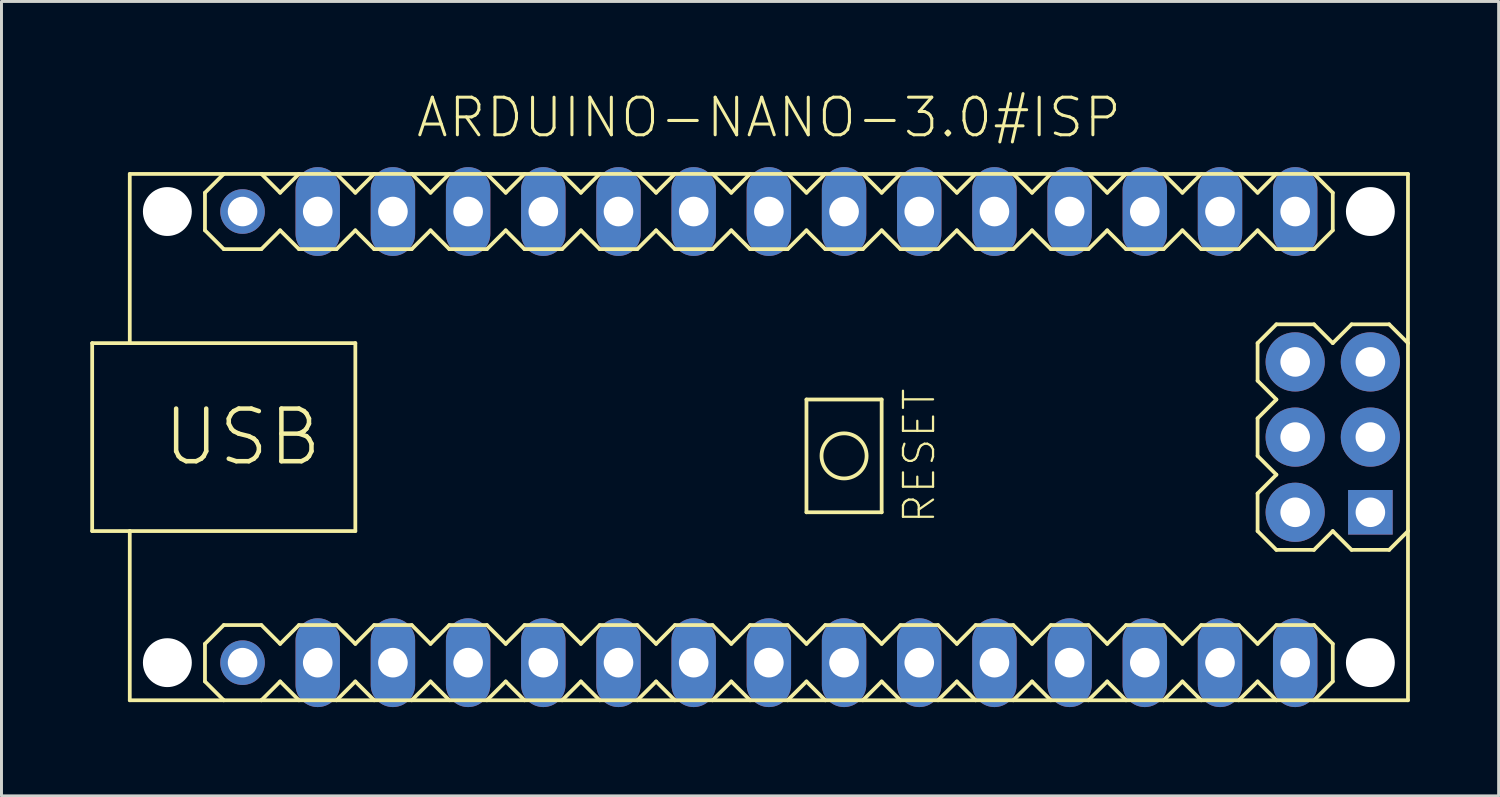
<source format=kicad_pcb>
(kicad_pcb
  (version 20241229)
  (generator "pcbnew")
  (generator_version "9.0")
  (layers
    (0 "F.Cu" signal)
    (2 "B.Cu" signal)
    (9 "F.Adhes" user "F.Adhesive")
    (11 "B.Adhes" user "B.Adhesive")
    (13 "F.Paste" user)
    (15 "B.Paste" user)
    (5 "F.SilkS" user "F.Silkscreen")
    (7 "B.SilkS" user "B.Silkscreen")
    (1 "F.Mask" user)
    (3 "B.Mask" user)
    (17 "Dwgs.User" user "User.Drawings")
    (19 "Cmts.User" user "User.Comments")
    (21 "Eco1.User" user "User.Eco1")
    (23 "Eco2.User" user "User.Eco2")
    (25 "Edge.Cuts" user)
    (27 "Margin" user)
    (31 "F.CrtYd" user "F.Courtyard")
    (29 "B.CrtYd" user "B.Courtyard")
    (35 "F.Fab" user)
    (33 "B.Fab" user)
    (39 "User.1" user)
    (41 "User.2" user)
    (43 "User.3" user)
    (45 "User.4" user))
  (footprint "ARDUINO-NANO-3.0#ISP"
    (layer "F.Cu")
    (at 22.924 11.716)
    (property "Reference" "ARDUINO-NANO-3.0#ISP" (at 0 -10.795 0) (layer "F.SilkS") (effects (font (size 1.27 1.27) (thickness 0.102))))
    (attr exclude_from_pos_files exclude_from_bom)
    (fp_line (start -22.86 -3.175) (end -22.86 3.175) (stroke (width 0.127) (type solid)) (layer "F.SilkS"))
    (fp_line (start -22.86 3.175) (end -21.59 3.175) (stroke (width 0.127) (type solid)) (layer "F.SilkS"))
    (fp_line (start -21.59 -8.89) (end -21.59 -3.175) (stroke (width 0.127) (type solid)) (layer "F.SilkS"))
    (fp_line (start -21.59 -3.175) (end -22.86 -3.175) (stroke (width 0.127) (type solid)) (layer "F.SilkS"))
    (fp_line (start -21.59 -3.175) (end -13.97 -3.175) (stroke (width 0.127) (type solid)) (layer "F.SilkS"))
    (fp_line (start -21.59 3.175) (end -21.59 8.89) (stroke (width 0.127) (type solid)) (layer "F.SilkS"))
    (fp_line (start -21.59 8.89) (end -18.415 8.89) (stroke (width 0.127) (type solid)) (layer "F.SilkS"))
    (fp_line (start -19.05 -8.255) (end -19.05 -6.985) (stroke (width 0.127) (type solid)) (layer "F.SilkS"))
    (fp_line (start -19.05 -6.985) (end -18.415 -6.35) (stroke (width 0.127) (type solid)) (layer "F.SilkS"))
    (fp_line (start -19.05 6.985) (end -19.05 8.255) (stroke (width 0.127) (type solid)) (layer "F.SilkS"))
    (fp_line (start -19.05 8.255) (end -18.415 8.89) (stroke (width 0.127) (type solid)) (layer "F.SilkS"))
    (fp_line (start -18.415 -8.89) (end -21.59 -8.89) (stroke (width 0.127) (type solid)) (layer "F.SilkS"))
    (fp_line (start -18.415 -8.89) (end -19.05 -8.255) (stroke (width 0.127) (type solid)) (layer "F.SilkS"))
    (fp_line (start -18.415 -6.35) (end -17.145 -6.35) (stroke (width 0.127) (type solid)) (layer "F.SilkS"))
    (fp_line (start -18.415 6.35) (end -19.05 6.985) (stroke (width 0.127) (type solid)) (layer "F.SilkS"))
    (fp_line (start -18.415 8.89) (end -17.145 8.89) (stroke (width 0.127) (type solid)) (layer "F.SilkS"))
    (fp_line (start -17.145 -8.89) (end -18.415 -8.89) (stroke (width 0.127) (type solid)) (layer "F.SilkS"))
    (fp_line (start -17.145 -6.35) (end -16.51 -6.985) (stroke (width 0.127) (type solid)) (layer "F.SilkS"))
    (fp_line (start -17.145 6.35) (end -18.415 6.35) (stroke (width 0.127) (type solid)) (layer "F.SilkS"))
    (fp_line (start -17.145 8.89) (end -16.51 8.255) (stroke (width 0.127) (type solid)) (layer "F.SilkS"))
    (fp_line (start -17.145 8.89) (end -15.875 8.89) (stroke (width 0.127) (type solid)) (layer "F.SilkS"))
    (fp_line (start -16.51 -8.255) (end -17.145 -8.89) (stroke (width 0.127) (type solid)) (layer "F.SilkS"))
    (fp_line (start -16.51 -6.985) (end -15.875 -6.35) (stroke (width 0.127) (type solid)) (layer "F.SilkS"))
    (fp_line (start -16.51 6.985) (end -17.145 6.35) (stroke (width 0.127) (type solid)) (layer "F.SilkS"))
    (fp_line (start -16.51 8.255) (end -15.875 8.89) (stroke (width 0.127) (type solid)) (layer "F.SilkS"))
    (fp_line (start -15.875 -8.89) (end -17.145 -8.89) (stroke (width 0.127) (type solid)) (layer "F.SilkS"))
    (fp_line (start -15.875 -8.89) (end -16.51 -8.255) (stroke (width 0.127) (type solid)) (layer "F.SilkS"))
    (fp_line (start -15.875 -6.35) (end -14.605 -6.35) (stroke (width 0.127) (type solid)) (layer "F.SilkS"))
    (fp_line (start -15.875 6.35) (end -16.51 6.985) (stroke (width 0.127) (type solid)) (layer "F.SilkS"))
    (fp_line (start -15.875 8.89) (end -14.605 8.89) (stroke (width 0.127) (type solid)) (layer "F.SilkS"))
    (fp_line (start -14.605 -8.89) (end -15.875 -8.89) (stroke (width 0.127) (type solid)) (layer "F.SilkS"))
    (fp_line (start -14.605 -6.35) (end -13.97 -6.985) (stroke (width 0.127) (type solid)) (layer "F.SilkS"))
    (fp_line (start -14.605 6.35) (end -15.875 6.35) (stroke (width 0.127) (type solid)) (layer "F.SilkS"))
    (fp_line (start -14.605 8.89) (end -13.97 8.255) (stroke (width 0.127) (type solid)) (layer "F.SilkS"))
    (fp_line (start -14.605 8.89) (end -13.335 8.89) (stroke (width 0.127) (type solid)) (layer "F.SilkS"))
    (fp_line (start -13.97 -8.255) (end -14.605 -8.89) (stroke (width 0.127) (type solid)) (layer "F.SilkS"))
    (fp_line (start -13.97 -6.985) (end -13.335 -6.35) (stroke (width 0.127) (type solid)) (layer "F.SilkS"))
    (fp_line (start -13.97 -3.175) (end -13.97 3.175) (stroke (width 0.127) (type solid)) (layer "F.SilkS"))
    (fp_line (start -13.97 3.175) (end -21.59 3.175) (stroke (width 0.127) (type solid)) (layer "F.SilkS"))
    (fp_line (start -13.97 6.985) (end -14.605 6.35) (stroke (width 0.127) (type solid)) (layer "F.SilkS"))
    (fp_line (start -13.97 8.255) (end -13.335 8.89) (stroke (width 0.127) (type solid)) (layer "F.SilkS"))
    (fp_line (start -13.335 -8.89) (end -14.605 -8.89) (stroke (width 0.127) (type solid)) (layer "F.SilkS"))
    (fp_line (start -13.335 -8.89) (end -13.97 -8.255) (stroke (width 0.127) (type solid)) (layer "F.SilkS"))
    (fp_line (start -13.335 -6.35) (end -12.065 -6.35) (stroke (width 0.127) (type solid)) (layer "F.SilkS"))
    (fp_line (start -13.335 6.35) (end -13.97 6.985) (stroke (width 0.127) (type solid)) (layer "F.SilkS"))
    (fp_line (start -13.335 8.89) (end -12.065 8.89) (stroke (width 0.127) (type solid)) (layer "F.SilkS"))
    (fp_line (start -12.065 -8.89) (end -13.335 -8.89) (stroke (width 0.127) (type solid)) (layer "F.SilkS"))
    (fp_line (start -12.065 -6.35) (end -11.43 -6.985) (stroke (width 0.127) (type solid)) (layer "F.SilkS"))
    (fp_line (start -12.065 6.35) (end -13.335 6.35) (stroke (width 0.127) (type solid)) (layer "F.SilkS"))
    (fp_line (start -12.065 8.89) (end -11.43 8.255) (stroke (width 0.127) (type solid)) (layer "F.SilkS"))
    (fp_line (start -12.065 8.89) (end -9.525 8.89) (stroke (width 0.127) (type solid)) (layer "F.SilkS"))
    (fp_line (start -11.43 -8.255) (end -12.065 -8.89) (stroke (width 0.127) (type solid)) (layer "F.SilkS"))
    (fp_line (start -11.43 -6.985) (end -10.795 -6.35) (stroke (width 0.127) (type solid)) (layer "F.SilkS"))
    (fp_line (start -11.43 6.985) (end -12.065 6.35) (stroke (width 0.127) (type solid)) (layer "F.SilkS"))
    (fp_line (start -10.795 -8.89) (end -11.43 -8.255) (stroke (width 0.127) (type solid)) (layer "F.SilkS"))
    (fp_line (start -10.795 -6.35) (end -9.525 -6.35) (stroke (width 0.127) (type solid)) (layer "F.SilkS"))
    (fp_line (start -10.795 6.35) (end -11.43 6.985) (stroke (width 0.127) (type solid)) (layer "F.SilkS"))
    (fp_line (start -10.795 6.35) (end -9.525 6.35) (stroke (width 0.127) (type solid)) (layer "F.SilkS"))
    (fp_line (start -10.795 8.89) (end -11.43 8.255) (stroke (width 0.127) (type solid)) (layer "F.SilkS"))
    (fp_line (start -9.525 -6.35) (end -8.89 -6.985) (stroke (width 0.127) (type solid)) (layer "F.SilkS"))
    (fp_line (start -9.525 6.35) (end -8.89 6.985) (stroke (width 0.127) (type solid)) (layer "F.SilkS"))
    (fp_line (start -9.525 8.89) (end -8.89 8.255) (stroke (width 0.127) (type solid)) (layer "F.SilkS"))
    (fp_line (start -9.525 8.89) (end -8.255 8.89) (stroke (width 0.127) (type solid)) (layer "F.SilkS"))
    (fp_line (start -8.89 -8.255) (end -9.525 -8.89) (stroke (width 0.127) (type solid)) (layer "F.SilkS"))
    (fp_line (start -8.89 -6.985) (end -8.255 -6.35) (stroke (width 0.127) (type solid)) (layer "F.SilkS"))
    (fp_line (start -8.89 6.985) (end -8.255 6.35) (stroke (width 0.127) (type solid)) (layer "F.SilkS"))
    (fp_line (start -8.89 8.255) (end -8.255 8.89) (stroke (width 0.127) (type solid)) (layer "F.SilkS"))
    (fp_line (start -8.255 -8.89) (end -8.89 -8.255) (stroke (width 0.127) (type solid)) (layer "F.SilkS"))
    (fp_line (start -8.255 -6.35) (end -6.985 -6.35) (stroke (width 0.127) (type solid)) (layer "F.SilkS"))
    (fp_line (start -8.255 6.35) (end -6.985 6.35) (stroke (width 0.127) (type solid)) (layer "F.SilkS"))
    (fp_line (start -8.255 8.89) (end -6.985 8.89) (stroke (width 0.127) (type solid)) (layer "F.SilkS"))
    (fp_line (start -6.985 -6.35) (end -6.35 -6.985) (stroke (width 0.127) (type solid)) (layer "F.SilkS"))
    (fp_line (start -6.985 6.35) (end -6.35 6.985) (stroke (width 0.127) (type solid)) (layer "F.SilkS"))
    (fp_line (start -6.985 8.89) (end -6.35 8.255) (stroke (width 0.127) (type solid)) (layer "F.SilkS"))
    (fp_line (start -6.985 8.89) (end -5.715 8.89) (stroke (width 0.127) (type solid)) (layer "F.SilkS"))
    (fp_line (start -6.35 -8.255) (end -6.985 -8.89) (stroke (width 0.127) (type solid)) (layer "F.SilkS"))
    (fp_line (start -6.35 -6.985) (end -5.715 -6.35) (stroke (width 0.127) (type solid)) (layer "F.SilkS"))
    (fp_line (start -6.35 6.985) (end -5.715 6.35) (stroke (width 0.127) (type solid)) (layer "F.SilkS"))
    (fp_line (start -6.35 8.255) (end -5.715 8.89) (stroke (width 0.127) (type solid)) (layer "F.SilkS"))
    (fp_line (start -5.715 -8.89) (end -6.35 -8.255) (stroke (width 0.127) (type solid)) (layer "F.SilkS"))
    (fp_line (start -5.715 -6.35) (end -4.445 -6.35) (stroke (width 0.127) (type solid)) (layer "F.SilkS"))
    (fp_line (start -5.715 6.35) (end -4.445 6.35) (stroke (width 0.127) (type solid)) (layer "F.SilkS"))
    (fp_line (start -5.715 8.89) (end -4.445 8.89) (stroke (width 0.127) (type solid)) (layer "F.SilkS"))
    (fp_line (start -4.445 -8.89) (end -12.065 -8.89) (stroke (width 0.127) (type solid)) (layer "F.SilkS"))
    (fp_line (start -4.445 -6.35) (end -3.81 -6.985) (stroke (width 0.127) (type solid)) (layer "F.SilkS"))
    (fp_line (start -4.445 6.35) (end -3.81 6.985) (stroke (width 0.127) (type solid)) (layer "F.SilkS"))
    (fp_line (start -4.445 8.89) (end -3.81 8.255) (stroke (width 0.127) (type solid)) (layer "F.SilkS"))
    (fp_line (start -4.445 8.89) (end -3.175 8.89) (stroke (width 0.127) (type solid)) (layer "F.SilkS"))
    (fp_line (start -3.81 -8.255) (end -4.445 -8.89) (stroke (width 0.127) (type solid)) (layer "F.SilkS"))
    (fp_line (start -3.81 -6.985) (end -3.175 -6.35) (stroke (width 0.127) (type solid)) (layer "F.SilkS"))
    (fp_line (start -3.81 6.985) (end -3.175 6.35) (stroke (width 0.127) (type solid)) (layer "F.SilkS"))
    (fp_line (start -3.81 8.255) (end -3.175 8.89) (stroke (width 0.127) (type solid)) (layer "F.SilkS"))
    (fp_line (start -3.175 -8.89) (end -3.81 -8.255) (stroke (width 0.127) (type solid)) (layer "F.SilkS"))
    (fp_line (start -3.175 -6.35) (end -1.905 -6.35) (stroke (width 0.127) (type solid)) (layer "F.SilkS"))
    (fp_line (start -3.175 6.35) (end -1.905 6.35) (stroke (width 0.127) (type solid)) (layer "F.SilkS"))
    (fp_line (start -3.175 8.89) (end -1.905 8.89) (stroke (width 0.127) (type solid)) (layer "F.SilkS"))
    (fp_line (start -1.905 -6.35) (end -1.27 -6.985) (stroke (width 0.127) (type solid)) (layer "F.SilkS"))
    (fp_line (start -1.905 6.35) (end -1.27 6.985) (stroke (width 0.127) (type solid)) (layer "F.SilkS"))
    (fp_line (start -1.905 8.89) (end -1.27 8.255) (stroke (width 0.127) (type solid)) (layer "F.SilkS"))
    (fp_line (start -1.905 8.89) (end -0.635 8.89) (stroke (width 0.127) (type solid)) (layer "F.SilkS"))
    (fp_line (start -1.27 -8.255) (end -1.905 -8.89) (stroke (width 0.127) (type solid)) (layer "F.SilkS"))
    (fp_line (start -1.27 -6.985) (end -0.635 -6.35) (stroke (width 0.127) (type solid)) (layer "F.SilkS"))
    (fp_line (start -1.27 6.985) (end -0.635 6.35) (stroke (width 0.127) (type solid)) (layer "F.SilkS"))
    (fp_line (start -1.27 8.255) (end -0.635 8.89) (stroke (width 0.127) (type solid)) (layer "F.SilkS"))
    (fp_line (start -0.635 -8.89) (end -1.27 -8.255) (stroke (width 0.127) (type solid)) (layer "F.SilkS"))
    (fp_line (start -0.635 -6.35) (end 0.635 -6.35) (stroke (width 0.127) (type solid)) (layer "F.SilkS"))
    (fp_line (start -0.635 6.35) (end 0.635 6.35) (stroke (width 0.127) (type solid)) (layer "F.SilkS"))
    (fp_line (start -0.635 8.89) (end 0.635 8.89) (stroke (width 0.127) (type solid)) (layer "F.SilkS"))
    (fp_line (start 0.635 -6.35) (end 1.27 -6.985) (stroke (width 0.127) (type solid)) (layer "F.SilkS"))
    (fp_line (start 0.635 6.35) (end 1.27 6.985) (stroke (width 0.127) (type solid)) (layer "F.SilkS"))
    (fp_line (start 0.635 8.89) (end 1.27 8.255) (stroke (width 0.127) (type solid)) (layer "F.SilkS"))
    (fp_line (start 0.635 8.89) (end 1.905 8.89) (stroke (width 0.127) (type solid)) (layer "F.SilkS"))
    (fp_line (start 1.27 -8.255) (end 0.635 -8.89) (stroke (width 0.127) (type solid)) (layer "F.SilkS"))
    (fp_line (start 1.27 -6.985) (end 1.905 -6.35) (stroke (width 0.127) (type solid)) (layer "F.SilkS"))
    (fp_line (start 1.27 -1.27) (end 1.27 2.54) (stroke (width 0.127) (type solid)) (layer "F.SilkS"))
    (fp_line (start 1.27 2.54) (end 3.81 2.54) (stroke (width 0.127) (type solid)) (layer "F.SilkS"))
    (fp_line (start 1.27 6.985) (end 1.905 6.35) (stroke (width 0.127) (type solid)) (layer "F.SilkS"))
    (fp_line (start 1.27 8.255) (end 1.905 8.89) (stroke (width 0.127) (type solid)) (layer "F.SilkS"))
    (fp_line (start 1.905 -8.89) (end 1.27 -8.255) (stroke (width 0.127) (type solid)) (layer "F.SilkS"))
    (fp_line (start 1.905 -6.35) (end 3.175 -6.35) (stroke (width 0.127) (type solid)) (layer "F.SilkS"))
    (fp_line (start 1.905 6.35) (end 3.175 6.35) (stroke (width 0.127) (type solid)) (layer "F.SilkS"))
    (fp_line (start 1.905 8.89) (end 3.175 8.89) (stroke (width 0.127) (type solid)) (layer "F.SilkS"))
    (fp_line (start 3.175 -6.35) (end 3.81 -6.985) (stroke (width 0.127) (type solid)) (layer "F.SilkS"))
    (fp_line (start 3.175 6.35) (end 3.81 6.985) (stroke (width 0.127) (type solid)) (layer "F.SilkS"))
    (fp_line (start 3.175 8.89) (end 3.81 8.255) (stroke (width 0.127) (type solid)) (layer "F.SilkS"))
    (fp_line (start 3.175 8.89) (end 4.445 8.89) (stroke (width 0.127) (type solid)) (layer "F.SilkS"))
    (fp_line (start 3.81 -8.255) (end 3.175 -8.89) (stroke (width 0.127) (type solid)) (layer "F.SilkS"))
    (fp_line (start 3.81 -6.985) (end 4.445 -6.35) (stroke (width 0.127) (type solid)) (layer "F.SilkS"))
    (fp_line (start 3.81 -1.27) (end 1.27 -1.27) (stroke (width 0.127) (type solid)) (layer "F.SilkS"))
    (fp_line (start 3.81 2.54) (end 3.81 -1.27) (stroke (width 0.127) (type solid)) (layer "F.SilkS"))
    (fp_line (start 3.81 6.985) (end 4.445 6.35) (stroke (width 0.127) (type solid)) (layer "F.SilkS"))
    (fp_line (start 3.81 8.255) (end 4.445 8.89) (stroke (width 0.127) (type solid)) (layer "F.SilkS"))
    (fp_line (start 4.445 -8.89) (end 3.81 -8.255) (stroke (width 0.127) (type solid)) (layer "F.SilkS"))
    (fp_line (start 4.445 -6.35) (end 5.715 -6.35) (stroke (width 0.127) (type solid)) (layer "F.SilkS"))
    (fp_line (start 4.445 6.35) (end 5.715 6.35) (stroke (width 0.127) (type solid)) (layer "F.SilkS"))
    (fp_line (start 4.445 8.89) (end 5.715 8.89) (stroke (width 0.127) (type solid)) (layer "F.SilkS"))
    (fp_line (start 5.715 -6.35) (end 6.35 -6.985) (stroke (width 0.127) (type solid)) (layer "F.SilkS"))
    (fp_line (start 5.715 6.35) (end 6.35 6.985) (stroke (width 0.127) (type solid)) (layer "F.SilkS"))
    (fp_line (start 5.715 8.89) (end 6.35 8.255) (stroke (width 0.127) (type solid)) (layer "F.SilkS"))
    (fp_line (start 5.715 8.89) (end 6.985 8.89) (stroke (width 0.127) (type solid)) (layer "F.SilkS"))
    (fp_line (start 6.35 -8.255) (end 5.715 -8.89) (stroke (width 0.127) (type solid)) (layer "F.SilkS"))
    (fp_line (start 6.35 -6.985) (end 6.985 -6.35) (stroke (width 0.127) (type solid)) (layer "F.SilkS"))
    (fp_line (start 6.35 6.985) (end 6.985 6.35) (stroke (width 0.127) (type solid)) (layer "F.SilkS"))
    (fp_line (start 6.35 8.255) (end 6.985 8.89) (stroke (width 0.127) (type solid)) (layer "F.SilkS"))
    (fp_line (start 6.985 -8.89) (end 6.35 -8.255) (stroke (width 0.127) (type solid)) (layer "F.SilkS"))
    (fp_line (start 6.985 -6.35) (end 8.255 -6.35) (stroke (width 0.127) (type solid)) (layer "F.SilkS"))
    (fp_line (start 6.985 6.35) (end 8.255 6.35) (stroke (width 0.127) (type solid)) (layer "F.SilkS"))
    (fp_line (start 6.985 8.89) (end 8.255 8.89) (stroke (width 0.127) (type solid)) (layer "F.SilkS"))
    (fp_line (start 8.255 -6.35) (end 8.89 -6.985) (stroke (width 0.127) (type solid)) (layer "F.SilkS"))
    (fp_line (start 8.255 6.35) (end 8.89 6.985) (stroke (width 0.127) (type solid)) (layer "F.SilkS"))
    (fp_line (start 8.255 8.89) (end 8.89 8.255) (stroke (width 0.127) (type solid)) (layer "F.SilkS"))
    (fp_line (start 8.255 8.89) (end 9.525 8.89) (stroke (width 0.127) (type solid)) (layer "F.SilkS"))
    (fp_line (start 8.89 -8.255) (end 8.255 -8.89) (stroke (width 0.127) (type solid)) (layer "F.SilkS"))
    (fp_line (start 8.89 -6.985) (end 9.525 -6.35) (stroke (width 0.127) (type solid)) (layer "F.SilkS"))
    (fp_line (start 8.89 6.985) (end 9.525 6.35) (stroke (width 0.127) (type solid)) (layer "F.SilkS"))
    (fp_line (start 8.89 8.255) (end 9.525 8.89) (stroke (width 0.127) (type solid)) (layer "F.SilkS"))
    (fp_line (start 9.525 -8.89) (end 8.89 -8.255) (stroke (width 0.127) (type solid)) (layer "F.SilkS"))
    (fp_line (start 9.525 -6.35) (end 10.795 -6.35) (stroke (width 0.127) (type solid)) (layer "F.SilkS"))
    (fp_line (start 9.525 6.35) (end 10.795 6.35) (stroke (width 0.127) (type solid)) (layer "F.SilkS"))
    (fp_line (start 9.525 8.89) (end 10.795 8.89) (stroke (width 0.127) (type solid)) (layer "F.SilkS"))
    (fp_line (start 10.795 -6.35) (end 11.43 -6.985) (stroke (width 0.127) (type solid)) (layer "F.SilkS"))
    (fp_line (start 10.795 6.35) (end 11.43 6.985) (stroke (width 0.127) (type solid)) (layer "F.SilkS"))
    (fp_line (start 10.795 8.89) (end 11.43 8.255) (stroke (width 0.127) (type solid)) (layer "F.SilkS"))
    (fp_line (start 10.795 8.89) (end 12.065 8.89) (stroke (width 0.127) (type solid)) (layer "F.SilkS"))
    (fp_line (start 11.43 -8.255) (end 10.795 -8.89) (stroke (width 0.127) (type solid)) (layer "F.SilkS"))
    (fp_line (start 11.43 -8.255) (end 12.065 -8.89) (stroke (width 0.127) (type solid)) (layer "F.SilkS"))
    (fp_line (start 11.43 -6.985) (end 12.065 -6.35) (stroke (width 0.127) (type solid)) (layer "F.SilkS"))
    (fp_line (start 11.43 6.985) (end 12.065 6.35) (stroke (width 0.127) (type solid)) (layer "F.SilkS"))
    (fp_line (start 11.43 8.255) (end 12.065 8.89) (stroke (width 0.127) (type solid)) (layer "F.SilkS"))
    (fp_line (start 12.065 -8.89) (end -4.445 -8.89) (stroke (width 0.127) (type solid)) (layer "F.SilkS"))
    (fp_line (start 12.065 -6.35) (end 13.335 -6.35) (stroke (width 0.127) (type solid)) (layer "F.SilkS"))
    (fp_line (start 12.065 6.35) (end 13.335 6.35) (stroke (width 0.127) (type solid)) (layer "F.SilkS"))
    (fp_line (start 12.065 8.89) (end 13.335 8.89) (stroke (width 0.127) (type solid)) (layer "F.SilkS"))
    (fp_line (start 13.335 -6.35) (end 13.97 -6.985) (stroke (width 0.127) (type solid)) (layer "F.SilkS"))
    (fp_line (start 13.335 6.35) (end 13.97 6.985) (stroke (width 0.127) (type solid)) (layer "F.SilkS"))
    (fp_line (start 13.335 8.89) (end 13.97 8.255) (stroke (width 0.127) (type solid)) (layer "F.SilkS"))
    (fp_line (start 13.335 8.89) (end 14.605 8.89) (stroke (width 0.127) (type solid)) (layer "F.SilkS"))
    (fp_line (start 13.97 -8.255) (end 13.335 -8.89) (stroke (width 0.127) (type solid)) (layer "F.SilkS"))
    (fp_line (start 13.97 -6.985) (end 14.605 -6.35) (stroke (width 0.127) (type solid)) (layer "F.SilkS"))
    (fp_line (start 13.97 6.985) (end 14.605 6.35) (stroke (width 0.127) (type solid)) (layer "F.SilkS"))
    (fp_line (start 13.97 8.255) (end 14.605 8.89) (stroke (width 0.127) (type solid)) (layer "F.SilkS"))
    (fp_line (start 14.605 -8.89) (end 13.97 -8.255) (stroke (width 0.127) (type solid)) (layer "F.SilkS"))
    (fp_line (start 14.605 -6.35) (end 15.875 -6.35) (stroke (width 0.127) (type solid)) (layer "F.SilkS"))
    (fp_line (start 14.605 6.35) (end 15.875 6.35) (stroke (width 0.127) (type solid)) (layer "F.SilkS"))
    (fp_line (start 14.605 8.89) (end 15.875 8.89) (stroke (width 0.127) (type solid)) (layer "F.SilkS"))
    (fp_line (start 15.875 -8.89) (end 12.065 -8.89) (stroke (width 0.127) (type solid)) (layer "F.SilkS"))
    (fp_line (start 15.875 -6.35) (end 16.51 -6.985) (stroke (width 0.127) (type solid)) (layer "F.SilkS"))
    (fp_line (start 15.875 6.35) (end 16.51 6.985) (stroke (width 0.127) (type solid)) (layer "F.SilkS"))
    (fp_line (start 15.875 8.89) (end 17.145 8.89) (stroke (width 0.127) (type solid)) (layer "F.SilkS"))
    (fp_line (start 16.51 -8.255) (end 15.875 -8.89) (stroke (width 0.127) (type solid)) (layer "F.SilkS"))
    (fp_line (start 16.51 -6.985) (end 17.145 -6.35) (stroke (width 0.127) (type solid)) (layer "F.SilkS"))
    (fp_line (start 16.51 -3.175) (end 16.51 -1.905) (stroke (width 0.127) (type solid)) (layer "F.SilkS"))
    (fp_line (start 16.51 -1.905) (end 17.145 -1.27) (stroke (width 0.127) (type solid)) (layer "F.SilkS"))
    (fp_line (start 16.51 -0.635) (end 16.51 0.635) (stroke (width 0.127) (type solid)) (layer "F.SilkS"))
    (fp_line (start 16.51 0.635) (end 17.145 1.27) (stroke (width 0.127) (type solid)) (layer "F.SilkS"))
    (fp_line (start 16.51 1.905) (end 16.51 3.175) (stroke (width 0.127) (type solid)) (layer "F.SilkS"))
    (fp_line (start 16.51 3.175) (end 17.145 3.81) (stroke (width 0.127) (type solid)) (layer "F.SilkS"))
    (fp_line (start 16.51 6.985) (end 17.145 6.35) (stroke (width 0.127) (type solid)) (layer "F.SilkS"))
    (fp_line (start 16.51 8.255) (end 15.875 8.89) (stroke (width 0.127) (type solid)) (layer "F.SilkS"))
    (fp_line (start 17.145 -8.89) (end 16.51 -8.255) (stroke (width 0.127) (type solid)) (layer "F.SilkS"))
    (fp_line (start 17.145 -6.35) (end 18.415 -6.35) (stroke (width 0.127) (type solid)) (layer "F.SilkS"))
    (fp_line (start 17.145 -3.81) (end 16.51 -3.175) (stroke (width 0.127) (type solid)) (layer "F.SilkS"))
    (fp_line (start 17.145 -1.27) (end 16.51 -0.635) (stroke (width 0.127) (type solid)) (layer "F.SilkS"))
    (fp_line (start 17.145 1.27) (end 16.51 1.905) (stroke (width 0.127) (type solid)) (layer "F.SilkS"))
    (fp_line (start 17.145 3.81) (end 18.415 3.81) (stroke (width 0.127) (type solid)) (layer "F.SilkS"))
    (fp_line (start 17.145 6.35) (end 18.415 6.35) (stroke (width 0.127) (type solid)) (layer "F.SilkS"))
    (fp_line (start 17.145 8.89) (end 16.51 8.255) (stroke (width 0.127) (type solid)) (layer "F.SilkS"))
    (fp_line (start 18.415 -6.35) (end 19.05 -6.985) (stroke (width 0.127) (type solid)) (layer "F.SilkS"))
    (fp_line (start 18.415 -3.81) (end 17.145 -3.81) (stroke (width 0.127) (type solid)) (layer "F.SilkS"))
    (fp_line (start 18.415 3.81) (end 19.05 3.175) (stroke (width 0.127) (type solid)) (layer "F.SilkS"))
    (fp_line (start 18.415 8.89) (end 19.05 8.255) (stroke (width 0.127) (type solid)) (layer "F.SilkS"))
    (fp_line (start 19.05 -8.255) (end 18.415 -8.89) (stroke (width 0.127) (type solid)) (layer "F.SilkS"))
    (fp_line (start 19.05 -8.255) (end 19.05 -6.985) (stroke (width 0.127) (type solid)) (layer "F.SilkS"))
    (fp_line (start 19.05 -3.175) (end 18.415 -3.81) (stroke (width 0.127) (type solid)) (layer "F.SilkS"))
    (fp_line (start 19.05 3.175) (end 19.685 3.81) (stroke (width 0.127) (type solid)) (layer "F.SilkS"))
    (fp_line (start 19.05 6.985) (end 18.415 6.35) (stroke (width 0.127) (type solid)) (layer "F.SilkS"))
    (fp_line (start 19.05 6.985) (end 19.05 8.255) (stroke (width 0.127) (type solid)) (layer "F.SilkS"))
    (fp_line (start 19.685 -3.81) (end 19.05 -3.175) (stroke (width 0.127) (type solid)) (layer "F.SilkS"))
    (fp_line (start 19.685 3.81) (end 20.955 3.81) (stroke (width 0.127) (type solid)) (layer "F.SilkS"))
    (fp_line (start 20.955 -3.81) (end 19.685 -3.81) (stroke (width 0.127) (type solid)) (layer "F.SilkS"))
    (fp_line (start 20.955 3.81) (end 21.59 3.175) (stroke (width 0.127) (type solid)) (layer "F.SilkS"))
    (fp_line (start 21.59 -8.89) (end 15.875 -8.89) (stroke (width 0.127) (type solid)) (layer "F.SilkS"))
    (fp_line (start 21.59 -8.89) (end 21.59 -3.175) (stroke (width 0.127) (type solid)) (layer "F.SilkS"))
    (fp_line (start 21.59 -3.175) (end 20.955 -3.81) (stroke (width 0.127) (type solid)) (layer "F.SilkS"))
    (fp_line (start 21.59 -3.175) (end 21.59 3.175) (stroke (width 0.127) (type solid)) (layer "F.SilkS"))
    (fp_line (start 21.59 3.175) (end 21.59 8.89) (stroke (width 0.127) (type solid)) (layer "F.SilkS"))
    (fp_line (start 21.59 8.89) (end 17.145 8.89) (stroke (width 0.127) (type solid)) (layer "F.SilkS"))
    (fp_circle (center 2.54 0.635) (end 2.54 -0.127) (stroke (width 0.127) (type solid)) (fill no) (layer "F.SilkS"))
    (fp_text user "USB" (at -17.78 0 0) (layer "F.SilkS") (effects (font (size 1.778 1.778) (thickness 0.152))))
    (fp_text user "RESET" (at 5.08 0.635 90) (layer "F.SilkS") (effects (font (size 1.016 1.016) (thickness 0.076))))
    (pad "" np_thru_hole circle (at -20.32 -7.62) (size 1.651 1.651) (drill 1.651) (layers "*.Cu" "*.Mask"))
    (pad "" np_thru_hole circle (at -20.32 7.62) (size 1.651 1.651) (drill 1.651) (layers "*.Cu" "*.Mask"))
    (pad "" np_thru_hole circle (at 20.32 -7.62) (size 1.651 1.651) (drill 1.651) (layers "*.Cu" "*.Mask"))
    (pad "" np_thru_hole circle (at 20.32 7.62) (size 1.651 1.651) (drill 1.651) (layers "*.Cu" "*.Mask"))
    (pad "J1.1" thru_hole oval (at 17.78 -7.62) (size 1.5 3) (drill 1) (layers "*.Cu" "*.Mask"))
    (pad "J1.2" thru_hole oval (at 15.24 -7.62) (size 1.5 3) (drill 1) (layers "*.Cu" "*.Mask"))
    (pad "J1.3" thru_hole oval (at 12.7 -7.62) (size 1.5 3) (drill 1) (layers "*.Cu" "*.Mask"))
    (pad "J1.4" thru_hole oval (at 10.16 -7.62) (size 1.5 3) (drill 1) (layers "*.Cu" "*.Mask"))
    (pad "J1.5" thru_hole oval (at 7.62 -7.62) (size 1.5 3) (drill 1) (layers "*.Cu" "*.Mask"))
    (pad "J1.6" thru_hole oval (at 5.08 -7.62) (size 1.5 3) (drill 1) (layers "*.Cu" "*.Mask"))
    (pad "J1.7" thru_hole oval (at 2.54 -7.62) (size 1.5 3) (drill 1) (layers "*.Cu" "*.Mask"))
    (pad "J1.8" thru_hole oval (at 0 -7.62) (size 1.5 3) (drill 1) (layers "*.Cu" "*.Mask"))
    (pad "J1.9" thru_hole oval (at -2.54 -7.62) (size 1.5 3) (drill 1) (layers "*.Cu" "*.Mask"))
    (pad "J1.10" thru_hole oval (at -5.08 -7.62) (size 1.5 3) (drill 1) (layers "*.Cu" "*.Mask"))
    (pad "J1.11" thru_hole oval (at -7.62 -7.62) (size 1.5 3) (drill 1) (layers "*.Cu" "*.Mask"))
    (pad "J1.12" thru_hole oval (at -10.16 -7.62) (size 1.5 3) (drill 1) (layers "*.Cu" "*.Mask"))
    (pad "J1.13" thru_hole oval (at -12.7 -7.62) (size 1.5 3) (drill 1) (layers "*.Cu" "*.Mask"))
    (pad "J1.14" thru_hole oval (at -15.24 -7.62) (size 1.5 3) (drill 1) (layers "*.Cu" "*.Mask"))
    (pad "J1.15" thru_hole circle (at -17.78 -7.62) (size 1.506 1.506) (drill 0.998) (layers "*.Cu" "*.Paste" "*.Mask"))
    (pad "J2.1" thru_hole oval (at 17.78 7.62) (size 1.5 3) (drill 1) (layers "*.Cu" "*.Mask"))
    (pad "J2.2" thru_hole oval (at 15.24 7.62) (size 1.5 3) (drill 1) (layers "*.Cu" "*.Mask"))
    (pad "J2.3" thru_hole oval (at 12.7 7.62) (size 1.5 3) (drill 1) (layers "*.Cu" "*.Mask"))
    (pad "J2.4" thru_hole oval (at 10.16 7.62) (size 1.5 3) (drill 1) (layers "*.Cu" "*.Mask"))
    (pad "J2.5" thru_hole oval (at 7.62 7.62) (size 1.5 3) (drill 1) (layers "*.Cu" "*.Mask"))
    (pad "J2.6" thru_hole oval (at 5.08 7.62) (size 1.5 3) (drill 1) (layers "*.Cu" "*.Mask"))
    (pad "J2.7" thru_hole oval (at 2.54 7.62) (size 1.5 3) (drill 1) (layers "*.Cu" "*.Mask"))
    (pad "J2.8" thru_hole oval (at 0 7.62) (size 1.5 3) (drill 1) (layers "*.Cu" "*.Mask"))
    (pad "J2.9" thru_hole oval (at -2.54 7.62) (size 1.5 3) (drill 1) (layers "*.Cu" "*.Mask"))
    (pad "J2.10" thru_hole oval (at -5.08 7.62) (size 1.5 3) (drill 1) (layers "*.Cu" "*.Mask"))
    (pad "J2.11" thru_hole oval (at -7.62 7.62) (size 1.5 3) (drill 1) (layers "*.Cu" "*.Mask"))
    (pad "J2.12" thru_hole oval (at -10.16 7.62) (size 1.5 3) (drill 1) (layers "*.Cu" "*.Mask"))
    (pad "J2.13" thru_hole oval (at -12.7 7.62) (size 1.5 3) (drill 1) (layers "*.Cu" "*.Mask"))
    (pad "J2.14" thru_hole oval (at -15.24 7.62) (size 1.5 3) (drill 1) (layers "*.Cu" "*.Mask"))
    (pad "J2.15" thru_hole circle (at -17.78 7.62) (size 1.506 1.506) (drill 0.998) (layers "*.Cu" "*.Paste" "*.Mask"))
    (pad "J4.1" thru_hole rect (at 20.32 2.54) (size 1.506 1.506) (drill 0.998) (layers "*.Cu" "*.Paste" "*.Mask"))
    (pad "J4.2" thru_hole circle (at 17.78 2.54 90) (size 2 2) (drill 1) (layers "*.Cu" "*.Mask"))
    (pad "J4.3" thru_hole circle (at 20.32 0 90) (size 2 2) (drill 1) (layers "*.Cu" "*.Mask"))
    (pad "J4.4" thru_hole circle (at 17.78 0 90) (size 2 2) (drill 1) (layers "*.Cu" "*.Mask"))
    (pad "J4.5" thru_hole circle (at 20.32 -2.54 90) (size 2 2) (drill 1) (layers "*.Cu" "*.Mask"))
    (pad "J4.6" thru_hole circle (at 17.78 -2.54 90) (size 2 2) (drill 1) (layers "*.Cu" "*.Mask")))
  (gr_rect
    (start -3 -3)
    (end 47.577 23.836)
    (stroke (width 0.1) (type default))
    (fill no)
    (layer "Edge.Cuts")))
</source>
